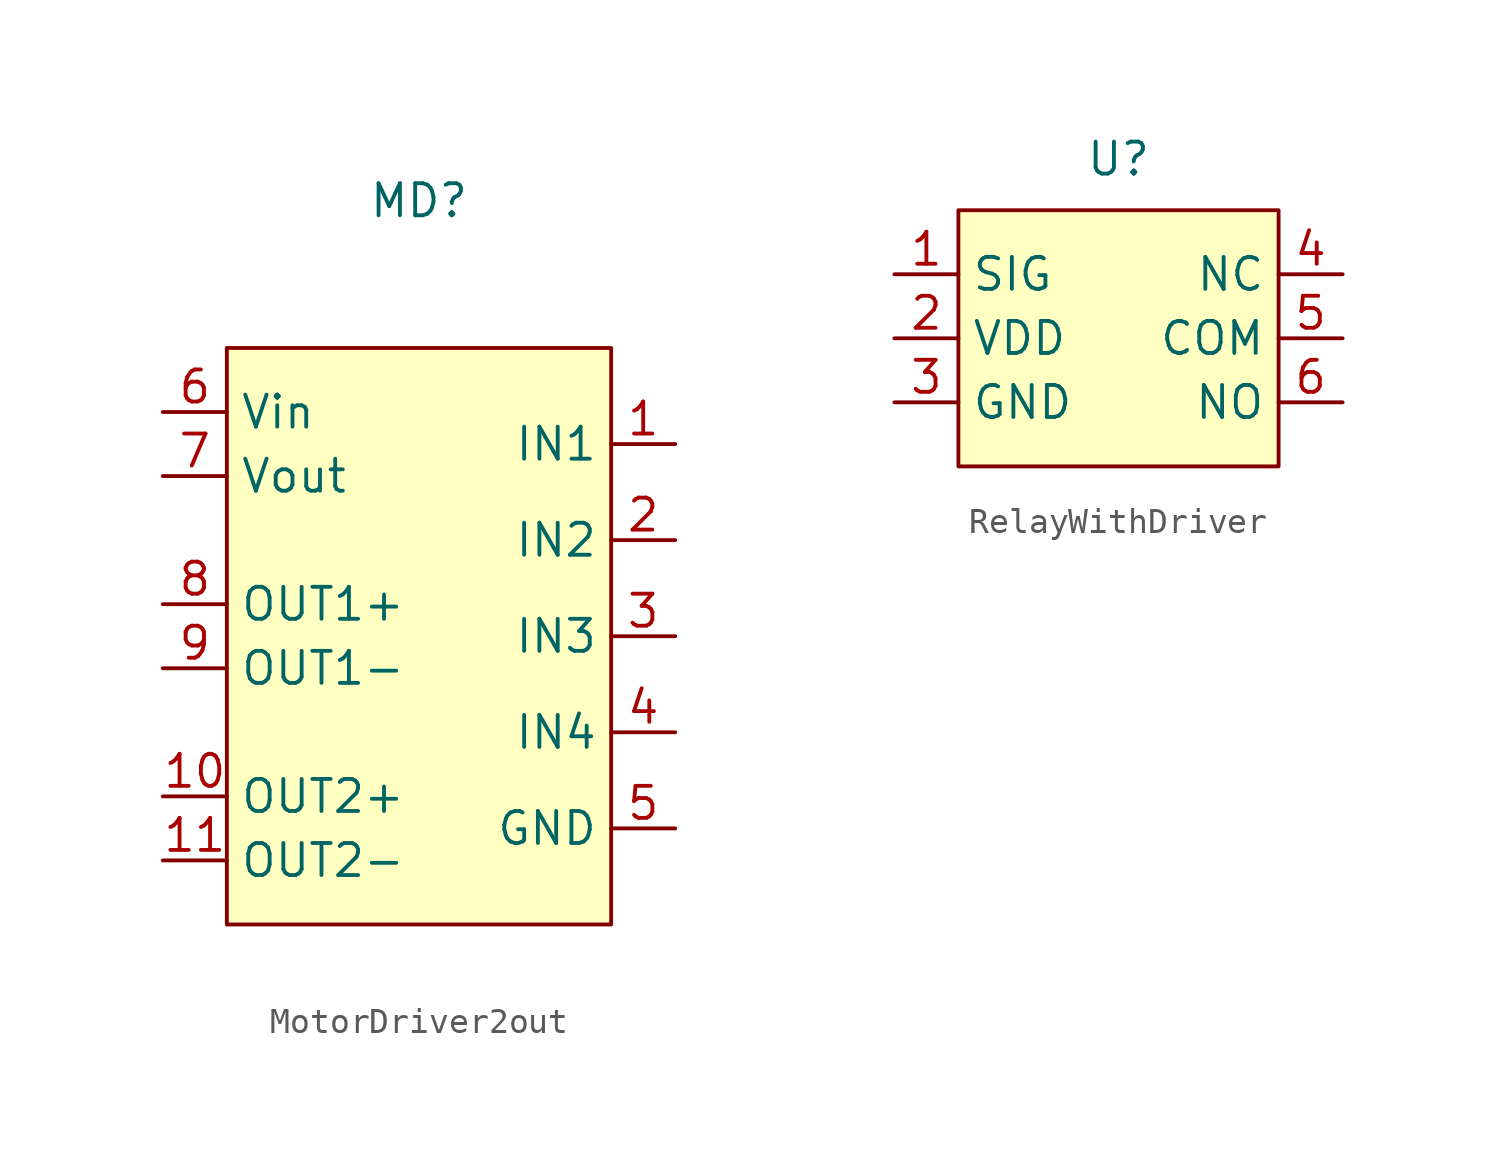
<source format=kicad_sym>
(kicad_symbol_lib
  (version 20241209)
  (generator "kicad_symbol_editor")
  (generator_version "9.0")
  (symbol "MotorDriver2out"
    (property "Reference" "MD"
      (at 0 17.272 0)
      (effects (font (size 1.27 1.27))))
    (property "Value" ""
      (at 0 0 0)
      (effects (font (size 1.27 1.27))))
    (symbol "MotorDriver2out_1_1"
      (rectangle (start -7.62 11.43) (end 7.62 -11.43) (stroke (width 0) (type solid)) (fill (type background)))
      (pin passive line (at -10.16 8.89 0) (length 2.54) (name "Vin" (effects (font (size 1.27 1.27)))) (number "6" (effects (font (size 1.27 1.27)))))
      (pin passive line (at -10.16 6.35 0) (length 2.54) (name "Vout" (effects (font (size 1.27 1.27)))) (number "7" (effects (font (size 1.27 1.27)))))
      (pin passive line (at -10.16 1.27 0) (length 2.54) (name "OUT1+" (effects (font (size 1.27 1.27)))) (number "8" (effects (font (size 1.27 1.27)))))
      (pin passive line (at -10.16 -1.27 0) (length 2.54) (name "OUT1-" (effects (font (size 1.27 1.27)))) (number "9" (effects (font (size 1.27 1.27)))))
      (pin passive line (at -10.16 -6.35 0) (length 2.54) (name "OUT2+" (effects (font (size 1.27 1.27)))) (number "10" (effects (font (size 1.27 1.27)))))
      (pin passive line (at -10.16 -8.89 0) (length 2.54) (name "OUT2-" (effects (font (size 1.27 1.27)))) (number "11" (effects (font (size 1.27 1.27)))))
      (pin passive line (at 10.16 7.62 180) (length 2.54) (name "IN1" (effects (font (size 1.27 1.27)))) (number "1" (effects (font (size 1.27 1.27)))))
      (pin passive line (at 10.16 3.81 180) (length 2.54) (name "IN2" (effects (font (size 1.27 1.27)))) (number "2" (effects (font (size 1.27 1.27)))))
      (pin passive line (at 10.16 0 180) (length 2.54) (name "IN3" (effects (font (size 1.27 1.27)))) (number "3" (effects (font (size 1.27 1.27)))))
      (pin passive line (at 10.16 -3.81 180) (length 2.54) (name "IN4" (effects (font (size 1.27 1.27)))) (number "4" (effects (font (size 1.27 1.27)))))
      (pin passive line (at 10.16 -7.62 180) (length 2.54) (name "GND" (effects (font (size 1.27 1.27)))) (number "5" (effects (font (size 1.27 1.27)))))))
  (symbol "RelayWithDriver"
    (property "Reference" "U"
      (at 0 5.842 0)
      (effects (font (size 1.27 1.27))))
    (property "Value" ""
      (at 0 0 0)
      (effects (font (size 1.27 1.27))))
    (symbol "RelayWithDriver_1_1"
      (rectangle (start -6.35 3.81) (end 6.35 -6.35) (stroke (width 0) (type solid)) (fill (type background)))
      (pin passive line (at -8.89 1.27 0) (length 2.54) (name "SIG" (effects (font (size 1.27 1.27)))) (number "1" (effects (font (size 1.27 1.27)))))
      (pin passive line (at -8.89 -1.27 0) (length 2.54) (name "VDD" (effects (font (size 1.27 1.27)))) (number "2" (effects (font (size 1.27 1.27)))))
      (pin passive line (at -8.89 -3.81 0) (length 2.54) (name "GND" (effects (font (size 1.27 1.27)))) (number "3" (effects (font (size 1.27 1.27)))))
      (pin passive line (at 8.89 1.27 180) (length 2.54) (name "NC" (effects (font (size 1.27 1.27)))) (number "4" (effects (font (size 1.27 1.27)))))
      (pin passive line (at 8.89 -1.27 180) (length 2.54) (name "COM" (effects (font (size 1.27 1.27)))) (number "5" (effects (font (size 1.27 1.27)))))
      (pin passive line (at 8.89 -3.81 180) (length 2.54) (name "NO" (effects (font (size 1.27 1.27)))) (number "6" (effects (font (size 1.27 1.27))))))))
</source>
